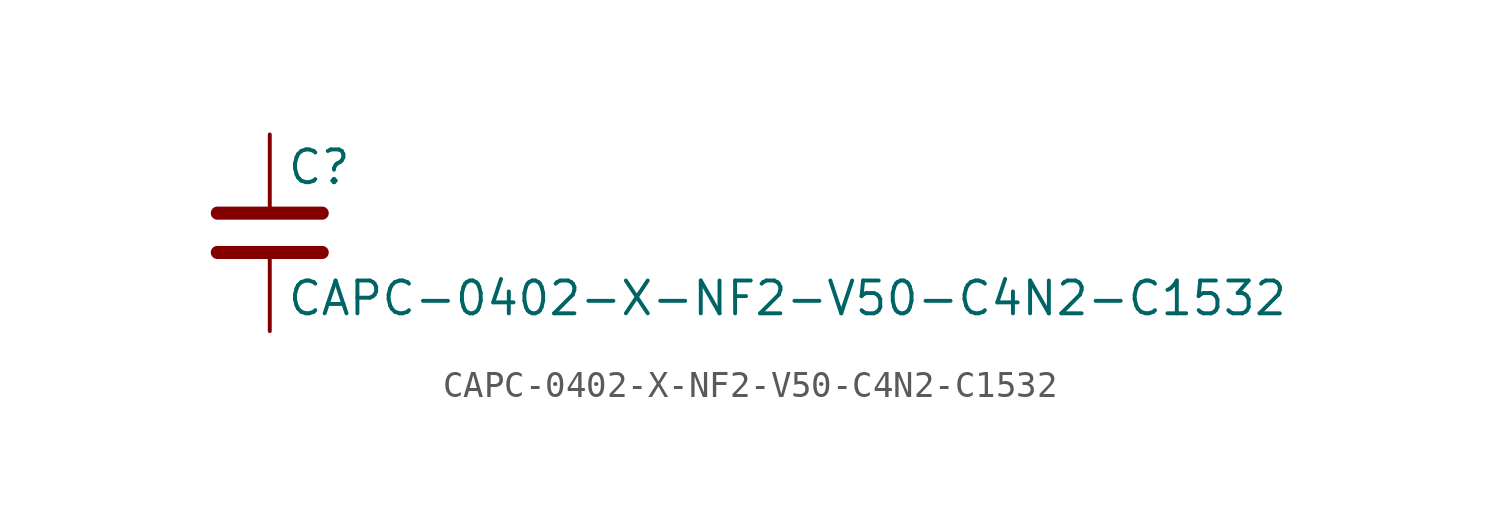
<source format=kicad_sym>
(kicad_symbol_lib
  (version 20211014)
  (generator kicad_symbol_editor)
  (symbol "CAPC-0402-X-NF2-V50-C4N2-C1532"
    (pin_numbers hide)
    (pin_names
      (offset 0.254))
    (property "Reference" "C"
      (at 0.635 2.54 0)
      (effects (font (size 1.27 1.27)) (justify left)))
    (property "Value" "CAPC-0402-X-NF2-V50-C4N2-C1532"
      (at 0.635 -2.54 0)
      (effects (font (size 1.27 1.27)) (justify left)))
    (symbol "CAPC-0402-X-NF2-V50-C4N2-C1532_0_1"
      (polyline (pts (xy -2.032 -0.762) (xy 2.032 -0.762)) (stroke (width 0.508) (type default) (color 0 0 0 0)) (fill (type none)))
      (polyline (pts (xy -2.032 0.762) (xy 2.032 0.762)) (stroke (width 0.508) (type default) (color 0 0 0 0)) (fill (type none))))
    (symbol "CAPC-0402-X-NF2-V50-C4N2-C1532_1_1"
      (pin passive line (at 0 3.81 270) (length 2.794) (name "~" (effects (font (size 1.27 1.27)))) (number "1" (effects (font (size 1.27 1.27)))))
      (pin passive line (at 0 -3.81 90) (length 2.794) (name "~" (effects (font (size 1.27 1.27)))) (number "2" (effects (font (size 1.27 1.27))))))))
</source>
